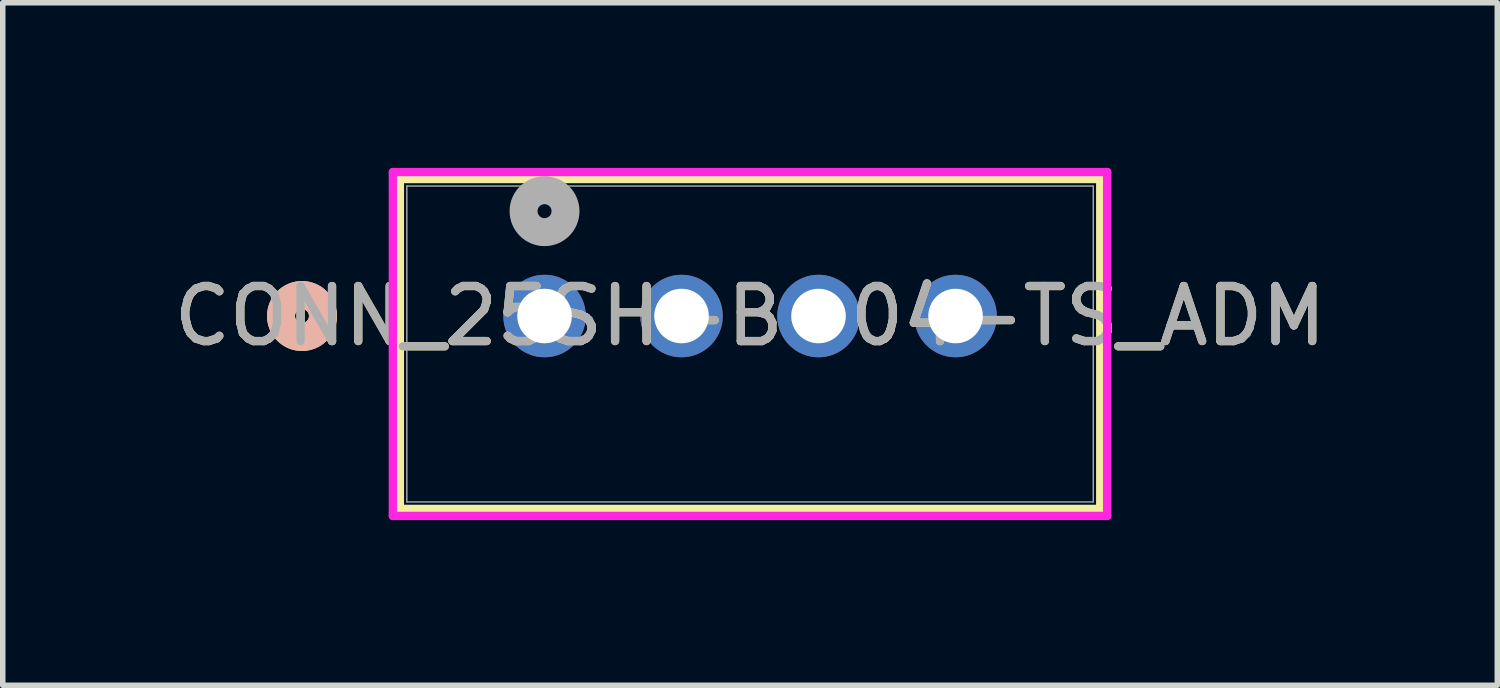
<source format=kicad_pcb>
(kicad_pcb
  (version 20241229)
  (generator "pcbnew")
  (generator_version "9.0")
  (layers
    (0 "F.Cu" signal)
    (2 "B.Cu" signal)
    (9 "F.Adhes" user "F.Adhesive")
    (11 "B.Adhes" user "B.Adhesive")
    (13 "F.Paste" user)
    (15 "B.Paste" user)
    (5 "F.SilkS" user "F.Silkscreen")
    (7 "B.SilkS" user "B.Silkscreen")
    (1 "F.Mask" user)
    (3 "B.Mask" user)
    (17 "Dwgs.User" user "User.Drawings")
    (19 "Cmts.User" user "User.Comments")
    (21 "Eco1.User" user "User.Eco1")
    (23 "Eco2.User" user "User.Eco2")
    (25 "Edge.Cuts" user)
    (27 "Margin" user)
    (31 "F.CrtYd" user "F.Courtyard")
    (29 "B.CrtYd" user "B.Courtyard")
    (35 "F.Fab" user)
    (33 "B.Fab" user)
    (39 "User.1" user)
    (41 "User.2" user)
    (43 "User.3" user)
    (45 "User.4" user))
  (footprint "CONN_25SH-B-04-TS_ADM"
    (layer "F.Cu")
    (at 6.844 2.692)
    (property "Reference" "CONN_25SH-B-04-TS_ADM" (at 3.734 0 0) (unlocked yes) (layer "F.SilkS") (effects (font (size 1 1) (thickness 0.15))))
    (attr through_hole)
    (fp_line (start -2.629 -2.489) (end -2.629 3.505) (stroke (width 0.152) (type solid)) (layer "F.SilkS"))
    (fp_line (start -2.629 3.505) (end 10.097 3.505) (stroke (width 0.152) (type solid)) (layer "F.SilkS"))
    (fp_line (start 10.097 -2.489) (end -2.629 -2.489) (stroke (width 0.152) (type solid)) (layer "F.SilkS"))
    (fp_line (start 10.097 3.505) (end 10.097 -2.489) (stroke (width 0.152) (type solid)) (layer "F.SilkS"))
    (fp_circle (center -4.407 0) (end -4.026 0) (stroke (width 0.508) (type solid)) (fill no) (layer "F.SilkS"))
    (fp_circle (center -4.407 0) (end -4.026 0) (stroke (width 0.508) (type solid)) (fill no) (layer "B.SilkS"))
    (fp_line (start -2.756 -2.616) (end -2.756 3.632) (stroke (width 0.152) (type solid)) (layer "F.CrtYd"))
    (fp_line (start -2.756 3.632) (end 10.223 3.632) (stroke (width 0.152) (type solid)) (layer "F.CrtYd"))
    (fp_line (start 10.223 -2.616) (end -2.756 -2.616) (stroke (width 0.152) (type solid)) (layer "F.CrtYd"))
    (fp_line (start 10.223 3.632) (end 10.223 -2.616) (stroke (width 0.152) (type solid)) (layer "F.CrtYd"))
    (fp_line (start -2.502 -2.362) (end -2.502 3.378) (stroke (width 0.025) (type solid)) (layer "F.Fab"))
    (fp_line (start -2.502 3.378) (end 9.97 3.378) (stroke (width 0.025) (type solid)) (layer "F.Fab"))
    (fp_line (start 9.97 -2.362) (end -2.502 -2.362) (stroke (width 0.025) (type solid)) (layer "F.Fab"))
    (fp_line (start 9.97 3.378) (end 9.97 -2.362) (stroke (width 0.025) (type solid)) (layer "F.Fab"))
    (fp_circle (center 0 -1.905) (end 0.381 -1.905) (stroke (width 0.508) (type solid)) (fill no) (layer "F.Fab"))
    (fp_text user "${REFERENCE}" (at 3.734 0 0) (unlocked yes) (layer "F.Fab") (effects (font (size 1 1) (thickness 0.15))))
    (pad "1" thru_hole circle (at 0 0) (size 1.499 1.499) (drill 0.991) (layers "*.Cu" "*.Mask"))
    (pad "2" thru_hole circle (at 2.489 0) (size 1.499 1.499) (drill 0.991) (layers "*.Cu" "*.Mask"))
    (pad "3" thru_hole circle (at 4.978 0) (size 1.499 1.499) (drill 0.991) (layers "*.Cu" "*.Mask"))
    (pad "4" thru_hole circle (at 7.468 0) (size 1.499 1.499) (drill 0.991) (layers "*.Cu" "*.Mask")))
  (gr_rect
    (start -3 -3)
    (end 24.155 9.401)
    (stroke (width 0.1) (type default))
    (fill no)
    (layer "Edge.Cuts")))
</source>
